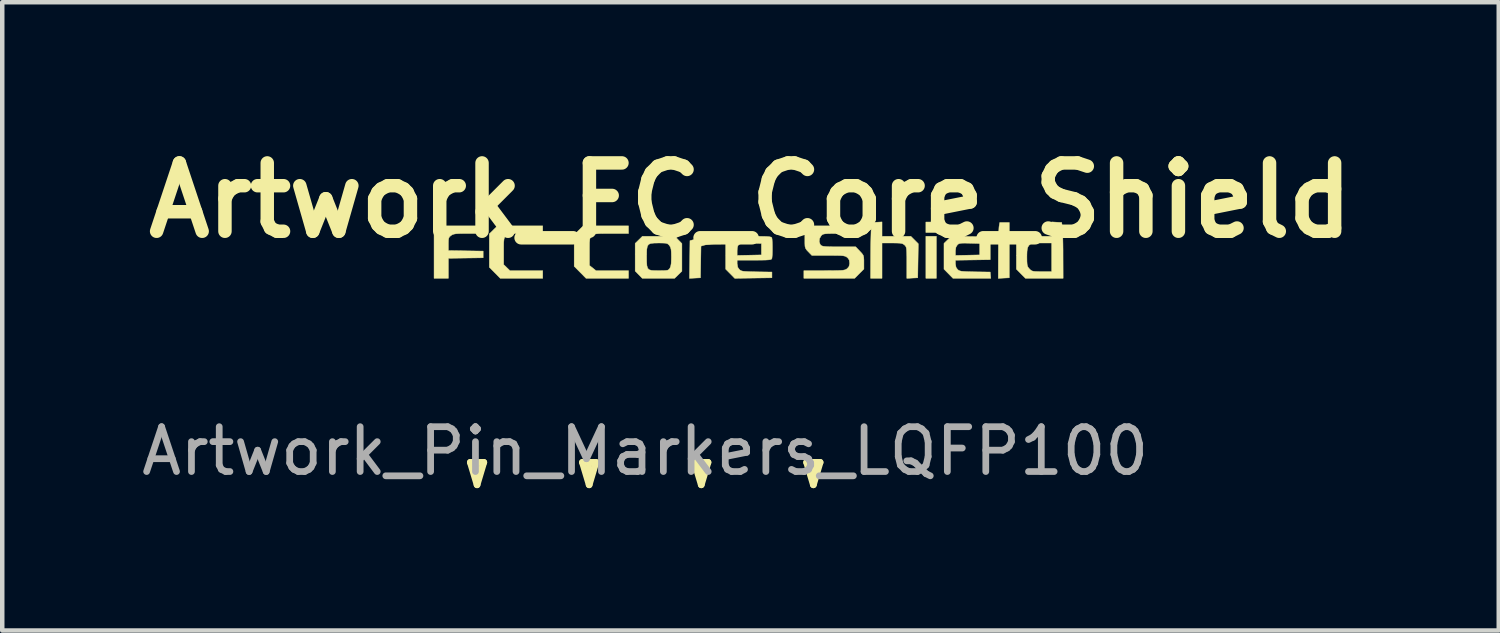
<source format=kicad_pcb>
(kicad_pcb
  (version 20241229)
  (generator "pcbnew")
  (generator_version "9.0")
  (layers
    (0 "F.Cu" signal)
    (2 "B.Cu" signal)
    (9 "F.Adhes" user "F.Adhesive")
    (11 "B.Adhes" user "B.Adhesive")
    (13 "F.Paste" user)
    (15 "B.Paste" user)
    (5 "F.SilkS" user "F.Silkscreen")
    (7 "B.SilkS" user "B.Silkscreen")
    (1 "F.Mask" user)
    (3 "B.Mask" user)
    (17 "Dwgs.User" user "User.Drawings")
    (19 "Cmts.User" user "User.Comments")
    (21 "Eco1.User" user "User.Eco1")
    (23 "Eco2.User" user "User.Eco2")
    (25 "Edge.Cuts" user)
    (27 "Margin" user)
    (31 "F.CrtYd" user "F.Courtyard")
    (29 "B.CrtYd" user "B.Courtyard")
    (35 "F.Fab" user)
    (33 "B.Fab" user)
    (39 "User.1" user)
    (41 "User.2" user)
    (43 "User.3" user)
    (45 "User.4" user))
  (footprint "Artwork_FC_Core_Shield"
    (layer "F.Cu")
    (at 13.687 2.518)
    (property "Reference" "Artwork_FC_Core_Shield" (at 0 -1.1 0) (layer "F.SilkS") (effects (font (size 1.524 1.524) (thickness 0.3))))
    (attr through_hole)
    (fp_poly (pts (xy 4.145 -0.383) (xy 3.911 -0.383) (xy 3.911 -0.616) (xy 4.145 -0.616) (xy 4.145 -0.383)) (stroke (width 0.01) (type solid)) (fill yes) (layer "F.SilkS"))
    (fp_poly (pts (xy 4.145 0.638) (xy 3.911 0.638) (xy 3.911 -0.298) (xy 4.145 -0.298) (xy 4.145 0.638)) (stroke (width 0.01) (type solid)) (fill yes) (layer "F.SilkS"))
    (fp_poly (pts (xy 5.771 0.627) (xy 5.649 0.633) (xy 5.526 0.64) (xy 5.528 0.102) (xy 5.529 -0.05) (xy 5.53 -0.192) (xy 5.533 -0.318) (xy 5.537 -0.42) (xy 5.541 -0.491) (xy 5.544 -0.521) (xy 5.559 -0.606) (xy 5.771 -0.606) (xy 5.771 0.627)) (stroke (width 0.01) (type solid)) (fill yes) (layer "F.SilkS"))
    (fp_poly (pts (xy -0.659 -0.128) (xy -0.8 -0.128) (xy -0.888 -0.124) (xy -0.973 -0.114) (xy -1.023 -0.103) (xy -1.104 -0.079) (xy -1.11 0.274) (xy -1.116 0.627) (xy -1.239 0.633) (xy -1.361 0.64) (xy -1.355 0.22) (xy -1.35 -0.2) (xy -1.19 -0.249) (xy -1.045 -0.283) (xy -0.892 -0.297) (xy -0.845 -0.297) (xy -0.659 -0.298) (xy -0.659 -0.128)) (stroke (width 0.01) (type solid)) (fill yes) (layer "F.SilkS"))
    (fp_poly (pts (xy -4.634 -0.361) (xy -5.023 -0.361) (xy -5.178 -0.361) (xy -5.296 -0.359) (xy -5.381 -0.35) (xy -5.44 -0.33) (xy -5.476 -0.294) (xy -5.496 -0.239) (xy -5.504 -0.161) (xy -5.505 -0.054) (xy -5.505 0.034) (xy -5.505 0.332) (xy -5.435 0.4) (xy -5.365 0.468) (xy -4.634 0.468) (xy -4.634 0.638) (xy -5.581 0.638) (xy -5.824 0.392) (xy -5.824 -0.352) (xy -5.733 -0.442) (xy -5.642 -0.531) (xy -4.634 -0.531) (xy -4.634 -0.361)) (stroke (width 0.01) (type solid)) (fill yes) (layer "F.SilkS"))
    (fp_poly (pts (xy -2.721 -0.361) (xy -3.11 -0.361) (xy -3.265 -0.361) (xy -3.383 -0.359) (xy -3.469 -0.35) (xy -3.527 -0.329) (xy -3.563 -0.293) (xy -3.583 -0.238) (xy -3.591 -0.158) (xy -3.592 -0.049) (xy -3.592 0.044) (xy -3.592 0.351) (xy -3.446 0.468) (xy -2.721 0.468) (xy -2.721 0.638) (xy -3.668 0.638) (xy -3.8 0.504) (xy -3.932 0.371) (xy -3.932 -0.331) (xy -3.831 -0.431) (xy -3.729 -0.531) (xy -2.721 -0.531) (xy -2.721 -0.361)) (stroke (width 0.01) (type solid)) (fill yes) (layer "F.SilkS"))
    (fp_poly (pts (xy -5.951 -0.361) (xy -6.283 -0.361) (xy -6.411 -0.361) (xy -6.503 -0.359) (xy -6.568 -0.355) (xy -6.613 -0.347) (xy -6.646 -0.336) (xy -6.673 -0.32) (xy -6.676 -0.317) (xy -6.709 -0.291) (xy -6.727 -0.262) (xy -6.736 -0.218) (xy -6.738 -0.147) (xy -6.738 -0.127) (xy -6.738 0.02) (xy -6.35 0.026) (xy -5.962 0.032) (xy -5.962 0.181) (xy -6.738 0.192) (xy -6.738 0.638) (xy -7.057 0.638) (xy -7.057 -0.356) (xy -6.962 -0.444) (xy -6.866 -0.531) (xy -5.951 -0.531) (xy -5.951 -0.361)) (stroke (width 0.01) (type solid)) (fill yes) (layer "F.SilkS"))
    (fp_poly (pts (xy 2.933 -0.298) (xy 3.576 -0.298) (xy 3.742 -0.132) (xy 3.736 0.248) (xy 3.73 0.627) (xy 3.608 0.633) (xy 3.486 0.64) (xy 3.486 0.292) (xy 3.486 0.162) (xy 3.484 0.069) (xy 3.481 0.004) (xy 3.475 -0.04) (xy 3.465 -0.068) (xy 3.451 -0.088) (xy 3.437 -0.103) (xy 3.41 -0.123) (xy 3.379 -0.137) (xy 3.332 -0.145) (xy 3.262 -0.148) (xy 3.16 -0.149) (xy 2.933 -0.149) (xy 2.933 0.638) (xy 2.678 0.638) (xy 2.68 0.112) (xy 2.681 -0.04) (xy 2.683 -0.182) (xy 2.686 -0.308) (xy 2.689 -0.411) (xy 2.693 -0.483) (xy 2.696 -0.51) (xy 2.71 -0.606) (xy 2.933 -0.619) (xy 2.933 -0.298)) (stroke (width 0.01) (type solid)) (fill yes) (layer "F.SilkS"))
    (fp_poly (pts (xy 4.911 -0.293) (xy 5.346 -0.287) (xy 5.346 0.223) (xy 4.958 0.229) (xy 4.57 0.235) (xy 4.57 0.316) (xy 4.584 0.394) (xy 4.618 0.442) (xy 4.64 0.459) (xy 4.666 0.472) (xy 4.704 0.481) (xy 4.761 0.486) (xy 4.844 0.49) (xy 4.96 0.493) (xy 5.006 0.494) (xy 5.346 0.499) (xy 5.352 0.569) (xy 5.359 0.638) (xy 4.515 0.638) (xy 4.415 0.536) (xy 4.315 0.434) (xy 4.315 0.033) (xy 4.57 0.033) (xy 4.57 0.129) (xy 4.841 0.123) (xy 5.112 0.117) (xy 5.112 -0.138) (xy 4.884 -0.144) (xy 4.781 -0.146) (xy 4.712 -0.145) (xy 4.667 -0.139) (xy 4.637 -0.127) (xy 4.614 -0.108) (xy 4.613 -0.107) (xy 4.581 -0.054) (xy 4.57 0.024) (xy 4.57 0.033) (xy 4.315 0.033) (xy 4.315 -0.14) (xy 4.396 -0.219) (xy 4.477 -0.298) (xy 4.911 -0.293)) (stroke (width 0.01) (type solid)) (fill yes) (layer "F.SilkS"))
    (fp_poly (pts (xy 6.94 -0.606) (xy 6.954 -0.51) (xy 6.958 -0.462) (xy 6.962 -0.379) (xy 6.965 -0.268) (xy 6.968 -0.135) (xy 6.97 0.011) (xy 6.97 0.112) (xy 6.972 0.638) (xy 6.131 0.638) (xy 6.03 0.536) (xy 5.93 0.434) (xy 5.93 0.166) (xy 6.164 0.166) (xy 6.165 0.262) (xy 6.169 0.326) (xy 6.178 0.368) (xy 6.195 0.399) (xy 6.221 0.429) (xy 6.249 0.456) (xy 6.277 0.473) (xy 6.314 0.483) (xy 6.371 0.488) (xy 6.457 0.489) (xy 6.497 0.489) (xy 6.717 0.489) (xy 6.717 -0.149) (xy 6.484 -0.149) (xy 6.382 -0.148) (xy 6.313 -0.146) (xy 6.269 -0.139) (xy 6.241 -0.127) (xy 6.22 -0.107) (xy 6.208 -0.093) (xy 6.187 -0.06) (xy 6.174 -0.019) (xy 6.167 0.039) (xy 6.164 0.125) (xy 6.164 0.166) (xy 5.93 0.166) (xy 5.93 -0.14) (xy 6.011 -0.219) (xy 6.091 -0.298) (xy 6.717 -0.298) (xy 6.717 -0.619) (xy 6.94 -0.606)) (stroke (width 0.01) (type solid)) (fill yes) (layer "F.SilkS"))
    (fp_poly (pts (xy -1.609 -0.217) (xy -1.53 -0.136) (xy -1.53 0.48) (xy -1.692 0.638) (xy -2.414 0.638) (xy -2.493 0.557) (xy -2.572 0.476) (xy -2.572 0.152) (xy -2.317 0.152) (xy -2.316 0.274) (xy -2.31 0.359) (xy -2.293 0.415) (xy -2.261 0.447) (xy -2.206 0.463) (xy -2.125 0.467) (xy -2.048 0.468) (xy -1.95 0.467) (xy -1.886 0.464) (xy -1.846 0.457) (xy -1.821 0.443) (xy -1.803 0.422) (xy -1.799 0.415) (xy -1.78 0.373) (xy -1.769 0.309) (xy -1.765 0.215) (xy -1.764 0.163) (xy -1.766 0.064) (xy -1.771 -0.002) (xy -1.782 -0.048) (xy -1.801 -0.082) (xy -1.808 -0.093) (xy -1.832 -0.119) (xy -1.858 -0.136) (xy -1.897 -0.145) (xy -1.959 -0.148) (xy -2.046 -0.149) (xy -2.152 -0.147) (xy -2.227 -0.139) (xy -2.274 -0.116) (xy -2.301 -0.074) (xy -2.313 -0.005) (xy -2.317 0.098) (xy -2.317 0.152) (xy -2.572 0.152) (xy -2.572 -0.14) (xy -2.491 -0.219) (xy -2.411 -0.298) (xy -1.688 -0.298) (xy -1.609 -0.217)) (stroke (width 0.01) (type solid)) (fill yes) (layer "F.SilkS"))
    (fp_poly (pts (xy 0.183 -0.297) (xy 0.293 -0.296) (xy 0.372 -0.293) (xy 0.424 -0.288) (xy 0.455 -0.281) (xy 0.471 -0.272) (xy 0.476 -0.264) (xy 0.482 -0.226) (xy 0.486 -0.157) (xy 0.488 -0.071) (xy 0.488 0.02) (xy 0.486 0.104) (xy 0.481 0.169) (xy 0.476 0.2) (xy 0.466 0.212) (xy 0.444 0.221) (xy 0.403 0.227) (xy 0.338 0.231) (xy 0.244 0.233) (xy 0.113 0.234) (xy 0.083 0.234) (xy -0.298 0.234) (xy -0.298 0.315) (xy -0.284 0.393) (xy -0.249 0.442) (xy -0.228 0.459) (xy -0.202 0.472) (xy -0.164 0.481) (xy -0.107 0.486) (xy -0.024 0.49) (xy 0.092 0.493) (xy 0.139 0.494) (xy 0.478 0.499) (xy 0.478 0.627) (xy -0.351 0.639) (xy -0.452 0.536) (xy -0.553 0.434) (xy -0.553 0.025) (xy -0.298 0.025) (xy -0.298 0.129) (xy 0.244 0.117) (xy 0.244 -0.138) (xy 0.013 -0.144) (xy -0.108 -0.145) (xy -0.193 -0.139) (xy -0.248 -0.122) (xy -0.28 -0.091) (xy -0.294 -0.042) (xy -0.298 0.025) (xy -0.553 0.025) (xy -0.553 -0.14) (xy -0.391 -0.298) (xy 0.036 -0.298) (xy 0.183 -0.297)) (stroke (width 0.01) (type solid)) (fill yes) (layer "F.SilkS"))
    (fp_poly (pts (xy 2.508 -0.361) (xy 2.065 -0.361) (xy 1.918 -0.361) (xy 1.806 -0.36) (xy 1.725 -0.358) (xy 1.669 -0.354) (xy 1.632 -0.348) (xy 1.607 -0.338) (xy 1.589 -0.325) (xy 1.577 -0.312) (xy 1.54 -0.249) (xy 1.532 -0.179) (xy 1.554 -0.117) (xy 1.569 -0.099) (xy 1.589 -0.086) (xy 1.62 -0.076) (xy 1.669 -0.07) (xy 1.741 -0.066) (xy 1.844 -0.064) (xy 1.977 -0.064) (xy 2.345 -0.064) (xy 2.437 0.032) (xy 2.485 0.084) (xy 2.513 0.124) (xy 2.525 0.168) (xy 2.529 0.231) (xy 2.529 0.28) (xy 2.529 0.431) (xy 2.323 0.638) (xy 1.19 0.638) (xy 1.19 0.468) (xy 1.644 0.468) (xy 1.795 0.467) (xy 1.91 0.466) (xy 1.994 0.464) (xy 2.053 0.46) (xy 2.094 0.453) (xy 2.123 0.444) (xy 2.144 0.431) (xy 2.155 0.424) (xy 2.195 0.378) (xy 2.21 0.319) (xy 2.211 0.298) (xy 2.202 0.231) (xy 2.169 0.184) (xy 2.155 0.172) (xy 2.131 0.155) (xy 2.103 0.144) (xy 2.065 0.136) (xy 2.008 0.131) (xy 1.927 0.129) (xy 1.813 0.128) (xy 1.734 0.128) (xy 1.369 0.128) (xy 1.29 0.047) (xy 1.25 0.004) (xy 1.227 -0.033) (xy 1.215 -0.076) (xy 1.212 -0.141) (xy 1.212 -0.193) (xy 1.212 -0.352) (xy 1.303 -0.442) (xy 1.394 -0.531) (xy 2.508 -0.531) (xy 2.508 -0.361)) (stroke (width 0.01) (type solid)) (fill yes) (layer "F.SilkS")))
  (footprint "Artwork_Pin_Markers_LQFP100"
    (layer "F.Cu")
    (at 11.339 7.761)
    (property "Reference" "Artwork_Pin_Markers_LQFP100" (at 0 -0.75 0) (layer "F.Fab") (effects (font (size 1 1) (thickness 0.15))))
    (attr through_hole)
    (fp_line (start -3.9 -0.5) (end -3.6 -0.5) (stroke (width 0.15) (type solid)) (layer "F.SilkS"))
    (fp_line (start -3.75 -0.5) (end -3.75 0) (stroke (width 0.12) (type solid)) (layer "F.SilkS"))
    (fp_line (start -3.75 0) (end -3.9 -0.5) (stroke (width 0.15) (type solid)) (layer "F.SilkS"))
    (fp_line (start -3.6 -0.5) (end -3.75 0) (stroke (width 0.15) (type solid)) (layer "F.SilkS"))
    (fp_line (start -1.4 -0.5) (end -1.1 -0.5) (stroke (width 0.15) (type solid)) (layer "F.SilkS"))
    (fp_line (start -1.25 -0.5) (end -1.25 0) (stroke (width 0.12) (type solid)) (layer "F.SilkS"))
    (fp_line (start -1.25 0) (end -1.4 -0.5) (stroke (width 0.15) (type solid)) (layer "F.SilkS"))
    (fp_line (start -1.1 -0.5) (end -1.25 0) (stroke (width 0.15) (type solid)) (layer "F.SilkS"))
    (fp_line (start 1.1 -0.5) (end 1.4 -0.5) (stroke (width 0.15) (type solid)) (layer "F.SilkS"))
    (fp_line (start 1.25 -0.5) (end 1.25 0) (stroke (width 0.12) (type solid)) (layer "F.SilkS"))
    (fp_line (start 1.25 0) (end 1.1 -0.5) (stroke (width 0.15) (type solid)) (layer "F.SilkS"))
    (fp_line (start 1.4 -0.5) (end 1.25 0) (stroke (width 0.15) (type solid)) (layer "F.SilkS"))
    (fp_line (start 3.6 -0.5) (end 3.9 -0.5) (stroke (width 0.15) (type solid)) (layer "F.SilkS"))
    (fp_line (start 3.75 -0.5) (end 3.75 0) (stroke (width 0.12) (type solid)) (layer "F.SilkS"))
    (fp_line (start 3.75 0) (end 3.6 -0.5) (stroke (width 0.15) (type solid)) (layer "F.SilkS"))
    (fp_line (start 3.9 -0.5) (end 3.75 0) (stroke (width 0.15) (type solid)) (layer "F.SilkS")))
  (gr_rect
    (start -3 -3)
    (end 30.374 11.011)
    (stroke (width 0.1) (type default))
    (fill no)
    (layer "Edge.Cuts")))
</source>
